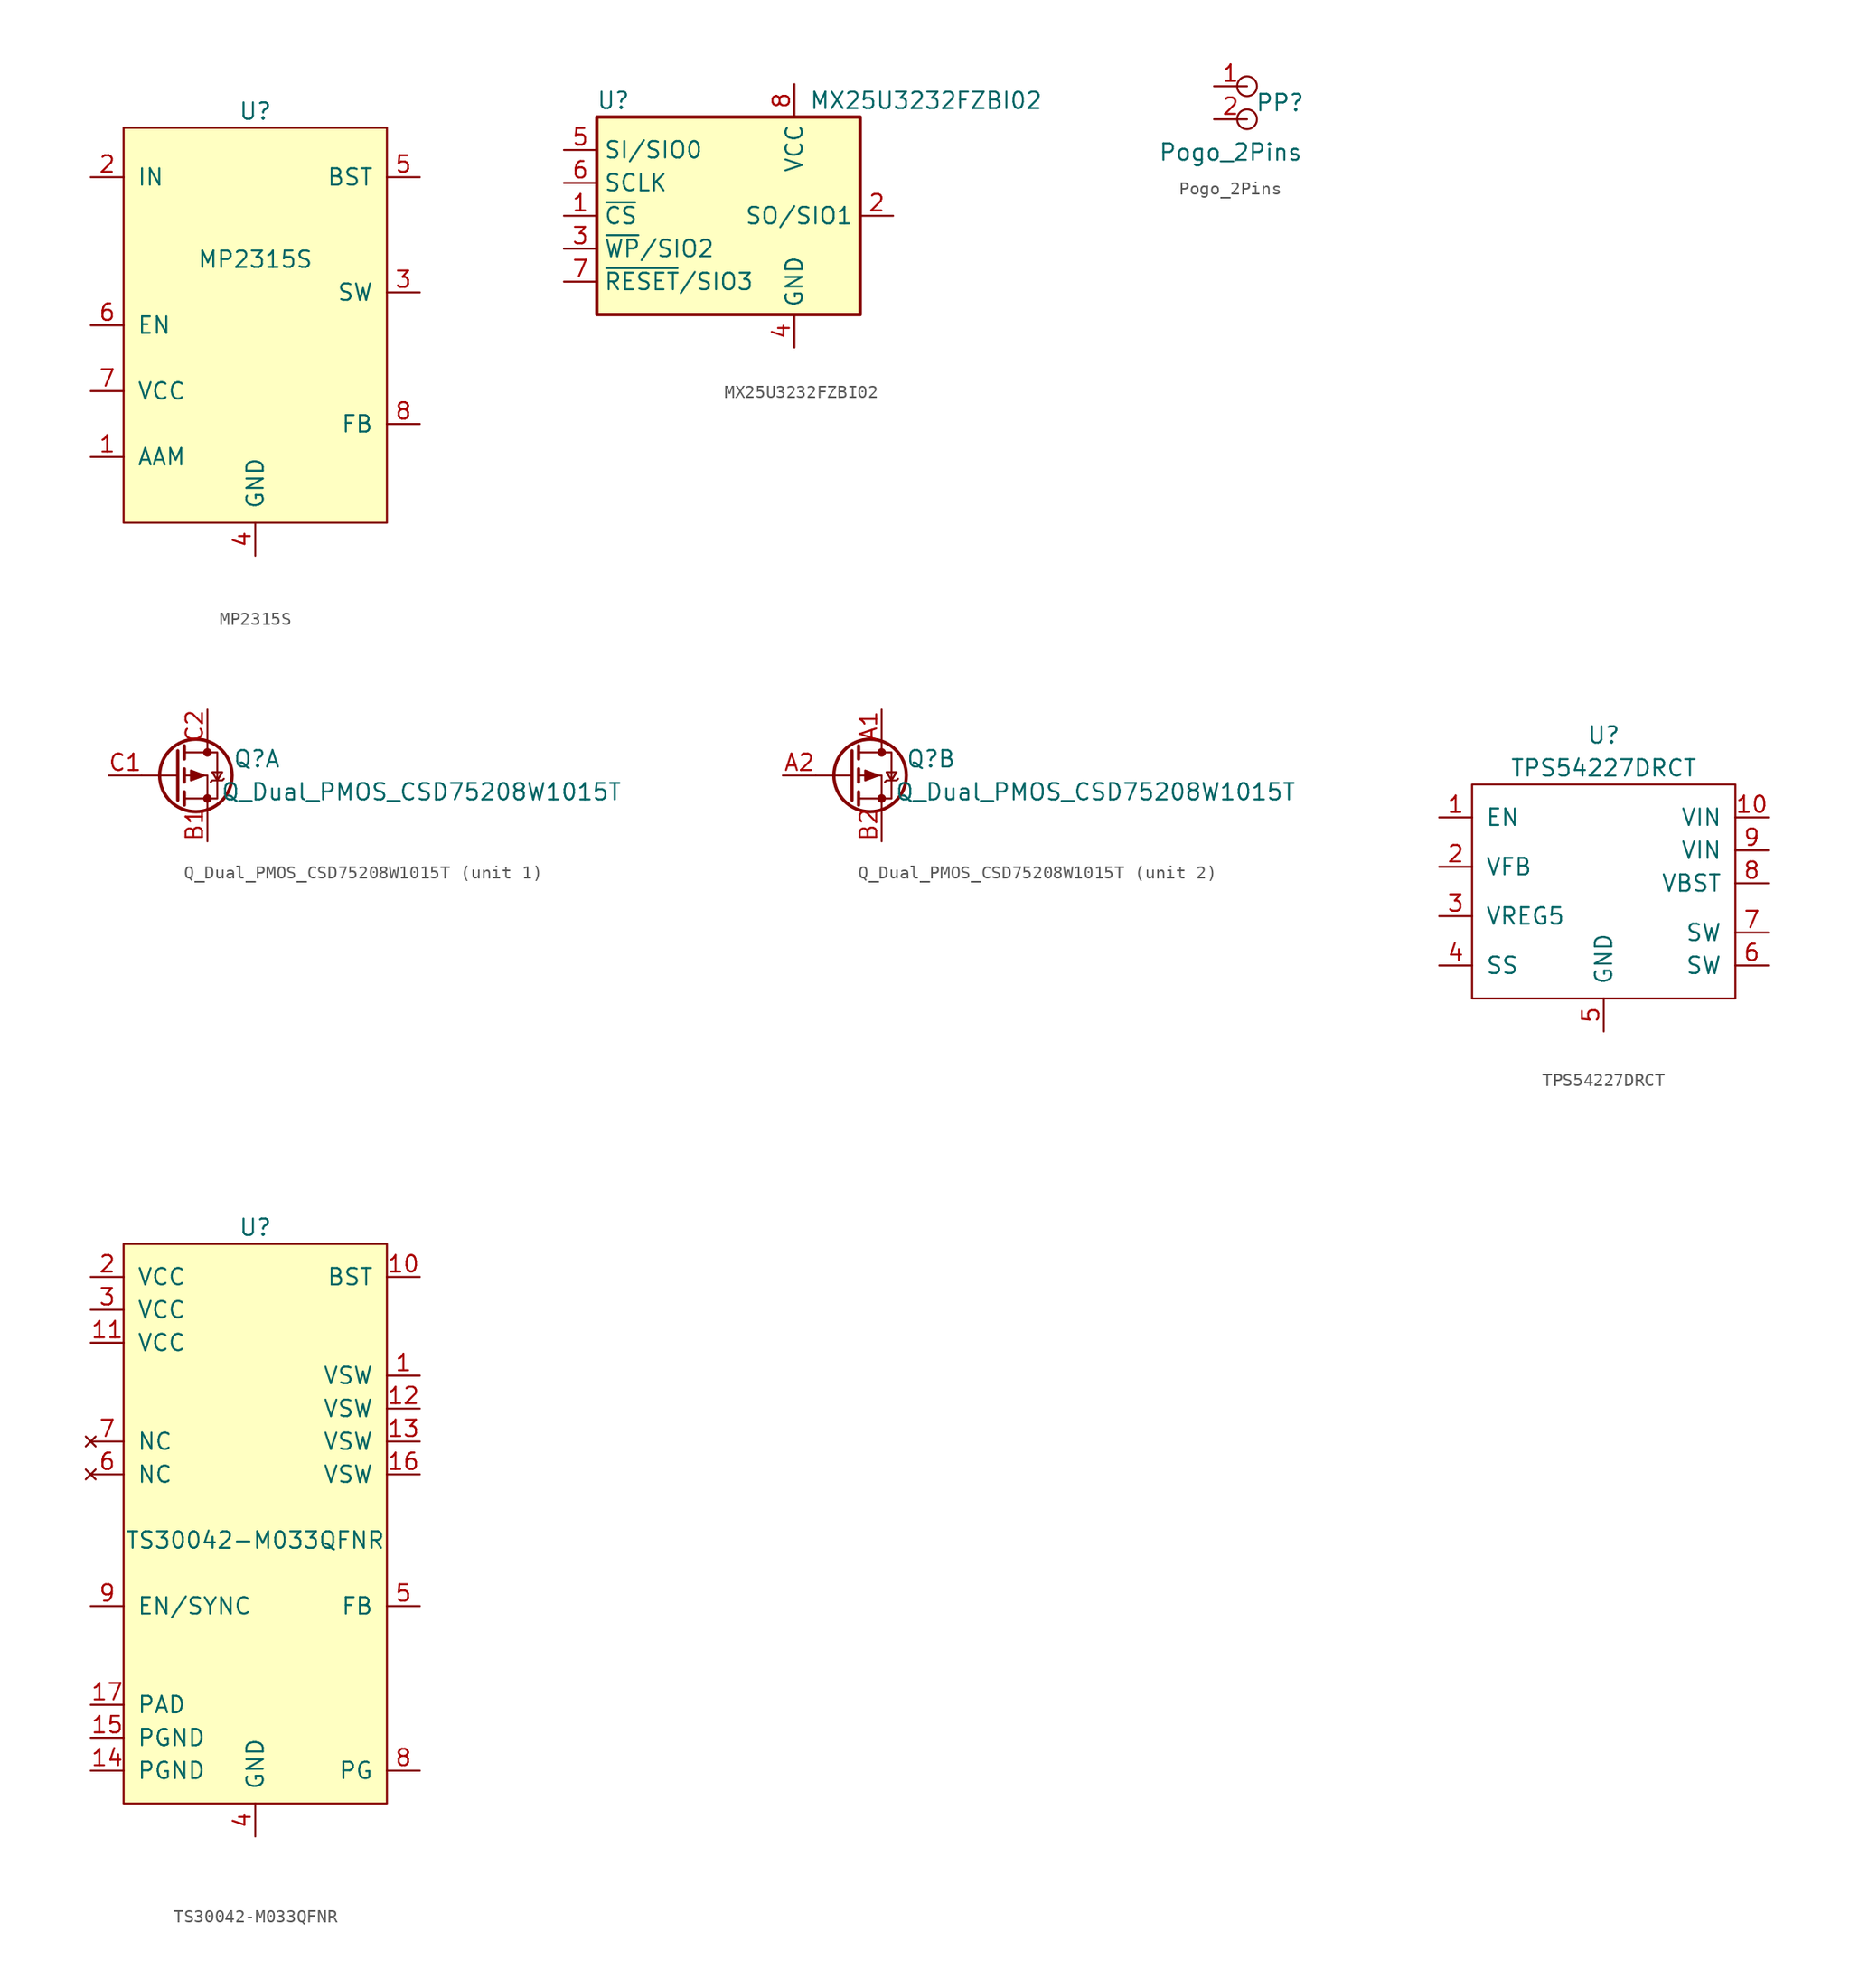
<source format=kicad_sym>
(kicad_symbol_lib
  (version 20211014)
  (generator kicad_symbol_editor)
  (symbol "MP2315S"
    (pin_names
      (offset 1.016))
    (property "Reference" "U"
      (at 0 13.97 0)
      (effects (font (size 1.27 1.27))))
    (property "Value" "MP2315S"
      (at 0 2.54 0)
      (effects (font (size 1.27 1.27))))
    (symbol "MP2315S_0_1"
      (rectangle (start -10.16 12.7) (end 10.16 -17.78) (stroke (width 0) (type default) (color 0 0 0 0)) (fill (type background))))
    (symbol "MP2315S_1_1"
      (pin input line (at -12.7 -12.7 0) (length 2.54) (name "AAM" (effects (font (size 1.27 1.27)))) (number "1" (effects (font (size 1.27 1.27)))))
      (pin power_in line (at -12.7 8.89 0) (length 2.54) (name "IN" (effects (font (size 1.27 1.27)))) (number "2" (effects (font (size 1.27 1.27)))))
      (pin output line (at 12.7 0 180) (length 2.54) (name "SW" (effects (font (size 1.27 1.27)))) (number "3" (effects (font (size 1.27 1.27)))))
      (pin power_in line (at 0 -20.32 90) (length 2.54) (name "GND" (effects (font (size 1.27 1.27)))) (number "4" (effects (font (size 1.27 1.27)))))
      (pin input line (at 12.7 8.89 180) (length 2.54) (name "BST" (effects (font (size 1.27 1.27)))) (number "5" (effects (font (size 1.27 1.27)))))
      (pin input line (at -12.7 -2.54 0) (length 2.54) (name "EN" (effects (font (size 1.27 1.27)))) (number "6" (effects (font (size 1.27 1.27)))))
      (pin power_in line (at -12.7 -7.62 0) (length 2.54) (name "VCC" (effects (font (size 1.27 1.27)))) (number "7" (effects (font (size 1.27 1.27)))))
      (pin input line (at 12.7 -10.16 180) (length 2.54) (name "FB" (effects (font (size 1.27 1.27)))) (number "8" (effects (font (size 1.27 1.27)))))))
  (symbol "MX25U3232FZBI02"
    (property "Reference" "U"
      (at -8.89 8.89 0)
      (effects (font (size 1.27 1.27))))
    (property "Value" "MX25U3232FZBI02"
      (at 15.24 8.89 0)
      (effects (font (size 1.27 1.27))))
    (symbol "MX25U3232FZBI02_1_1"
      (rectangle (start -10.16 7.62) (end 10.16 -7.62) (stroke (width 0.254) (type default) (color 0 0 0 0)) (fill (type background)))
      (pin input line (at -12.7 0 0) (length 2.54) (name "~{CS}" (effects (font (size 1.27 1.27)))) (number "1" (effects (font (size 1.27 1.27)))))
      (pin bidirectional line (at 12.7 0 180) (length 2.54) (name "SO/SIO1" (effects (font (size 1.27 1.27)))) (number "2" (effects (font (size 1.27 1.27)))))
      (pin bidirectional line (at -12.7 -2.54 0) (length 2.54) (name "~{WP}/SIO2" (effects (font (size 1.27 1.27)))) (number "3" (effects (font (size 1.27 1.27)))))
      (pin power_in line (at 5.08 -10.16 90) (length 2.54) (name "GND" (effects (font (size 1.27 1.27)))) (number "4" (effects (font (size 1.27 1.27)))))
      (pin bidirectional line (at -12.7 5.08 0) (length 2.54) (name "SI/SIO0" (effects (font (size 1.27 1.27)))) (number "5" (effects (font (size 1.27 1.27)))))
      (pin input line (at -12.7 2.54 0) (length 2.54) (name "SCLK" (effects (font (size 1.27 1.27)))) (number "6" (effects (font (size 1.27 1.27)))))
      (pin bidirectional line (at -12.7 -5.08 0) (length 2.54) (name "~{RESET}/SIO3" (effects (font (size 1.27 1.27)))) (number "7" (effects (font (size 1.27 1.27)))))
      (pin power_in line (at 5.08 10.16 270) (length 2.54) (name "VCC" (effects (font (size 1.27 1.27)))) (number "8" (effects (font (size 1.27 1.27)))))))
  (symbol "Pogo_2Pins"
    (pin_names
      (offset 0.762) hide)
    (property "Reference" "PP"
      (at 3.81 0 0)
      (effects (font (size 1.27 1.27))))
    (property "Value" "Pogo_2Pins"
      (at 0 -3.81 0)
      (effects (font (size 1.27 1.27))))
    (property "Datasheet" ""
      (at 0 -2.54 0)
      (effects (font (size 1.27 1.27))))
    (symbol "Pogo_2Pins_0_1"
      (circle (center 1.27 -1.27) (radius 0.762) (stroke (width 0) (type default) (color 0 0 0 0)) (fill (type none)))
      (circle (center 1.27 1.27) (radius 0.762) (stroke (width 0) (type default) (color 0 0 0 0)) (fill (type none)))
      (pin passive line (at -1.27 1.27 0) (length 2.54) (name "1" (effects (font (size 1.27 1.27)))) (number "1" (effects (font (size 1.27 1.27)))))
      (pin passive line (at -1.27 -1.27 0) (length 2.54) (name "2" (effects (font (size 1.27 1.27)))) (number "2" (effects (font (size 1.27 1.27)))))))
  (symbol "Q_Dual_PMOS_CSD75208W1015T"
    (pin_names
      (offset 0) hide)
    (property "Reference" "Q"
      (at 6.35 1.27 0)
      (effects (font (size 1.27 1.27))))
    (property "Value" "Q_Dual_PMOS_CSD75208W1015T"
      (at 19.05 -1.27 0)
      (effects (font (size 1.27 1.27))))
    (symbol "Q_Dual_PMOS_CSD75208W1015T_0_1"
      (polyline (pts (xy 0.254 0) (xy -2.54 0)) (stroke (width 0) (type default) (color 0 0 0 0)) (fill (type none)))
      (polyline (pts (xy 0.254 1.905) (xy 0.254 -1.905)) (stroke (width 0.254) (type default) (color 0 0 0 0)) (fill (type none)))
      (polyline (pts (xy 0.762 -1.27) (xy 0.762 -2.286)) (stroke (width 0.254) (type default) (color 0 0 0 0)) (fill (type none)))
      (polyline (pts (xy 0.762 0.508) (xy 0.762 -0.508)) (stroke (width 0.254) (type default) (color 0 0 0 0)) (fill (type none)))
      (polyline (pts (xy 0.762 2.286) (xy 0.762 1.27)) (stroke (width 0.254) (type default) (color 0 0 0 0)) (fill (type none)))
      (polyline (pts (xy 2.54 2.54) (xy 2.54 1.778)) (stroke (width 0) (type default) (color 0 0 0 0)) (fill (type none)))
      (polyline (pts (xy 2.54 -2.54) (xy 2.54 0) (xy 0.762 0)) (stroke (width 0) (type default) (color 0 0 0 0)) (fill (type none)))
      (polyline (pts (xy 0.762 1.778) (xy 3.302 1.778) (xy 3.302 -1.778) (xy 0.762 -1.778)) (stroke (width 0) (type default) (color 0 0 0 0)) (fill (type none)))
      (polyline (pts (xy 2.286 0) (xy 1.27 0.381) (xy 1.27 -0.381) (xy 2.286 0)) (stroke (width 0) (type default) (color 0 0 0 0)) (fill (type outline)))
      (polyline (pts (xy 2.794 -0.508) (xy 2.921 -0.381) (xy 3.683 -0.381) (xy 3.81 -0.254)) (stroke (width 0) (type default) (color 0 0 0 0)) (fill (type none)))
      (polyline (pts (xy 3.302 -0.381) (xy 2.921 0.254) (xy 3.683 0.254) (xy 3.302 -0.381)) (stroke (width 0) (type default) (color 0 0 0 0)) (fill (type none)))
      (circle (center 1.651 0) (radius 2.794) (stroke (width 0.254) (type default) (color 0 0 0 0)) (fill (type none)))
      (circle (center 2.54 -1.778) (radius 0.254) (stroke (width 0) (type default) (color 0 0 0 0)) (fill (type outline)))
      (circle (center 2.54 1.778) (radius 0.254) (stroke (width 0) (type default) (color 0 0 0 0)) (fill (type outline))))
    (symbol "Q_Dual_PMOS_CSD75208W1015T_1_1"
      (pin passive line (at 2.54 -5.08 90) (length 2.54) (name "S" (effects (font (size 1.27 1.27)))) (number "B1" (effects (font (size 1.27 1.27)))))
      (pin input line (at -5.08 0 0) (length 2.54) (name "G" (effects (font (size 1.27 1.27)))) (number "C1" (effects (font (size 1.27 1.27)))))
      (pin passive line (at 2.54 5.08 270) (length 2.54) (name "D" (effects (font (size 1.27 1.27)))) (number "C2" (effects (font (size 1.27 1.27))))))
    (symbol "Q_Dual_PMOS_CSD75208W1015T_2_1"
      (pin passive line (at 2.54 5.08 270) (length 2.54) (name "D" (effects (font (size 1.27 1.27)))) (number "A1" (effects (font (size 1.27 1.27)))))
      (pin input line (at -5.08 0 0) (length 2.54) (name "G" (effects (font (size 1.27 1.27)))) (number "A2" (effects (font (size 1.27 1.27)))))
      (pin passive line (at 2.54 -5.08 90) (length 2.54) (name "S" (effects (font (size 1.27 1.27)))) (number "B2" (effects (font (size 1.27 1.27)))))))
  (symbol "TPS54227DRCT"
    (pin_names
      (offset 1.016))
    (property "Reference" "U"
      (at 0 11.43 0)
      (effects (font (size 1.27 1.27))))
    (property "Value" "TPS54227DRCT"
      (at 0 8.89 0)
      (effects (font (size 1.27 1.27))))
    (symbol "TPS54227DRCT_0_0"
      (pin power_in line (at 12.7 5.08 180) (length 2.54) (name "VIN" (effects (font (size 1.27 1.27)))) (number "10" (effects (font (size 1.27 1.27))))))
    (symbol "TPS54227DRCT_0_1"
      (rectangle (start -10.16 -8.89) (end 10.16 7.62) (stroke (width 0) (type default) (color 0 0 0 0)) (fill (type none))))
    (symbol "TPS54227DRCT_1_1"
      (pin input line (at -12.7 5.08 0) (length 2.54) (name "EN" (effects (font (size 1.27 1.27)))) (number "1" (effects (font (size 1.27 1.27)))))
      (pin input line (at -12.7 1.27 0) (length 2.54) (name "VFB" (effects (font (size 1.27 1.27)))) (number "2" (effects (font (size 1.27 1.27)))))
      (pin output line (at -12.7 -2.54 0) (length 2.54) (name "VREG5" (effects (font (size 1.27 1.27)))) (number "3" (effects (font (size 1.27 1.27)))))
      (pin output line (at -12.7 -6.35 0) (length 2.54) (name "SS" (effects (font (size 1.27 1.27)))) (number "4" (effects (font (size 1.27 1.27)))))
      (pin power_in line (at 0 -11.43 90) (length 2.54) (name "GND" (effects (font (size 1.27 1.27)))) (number "5" (effects (font (size 1.27 1.27)))))
      (pin output line (at 12.7 -6.35 180) (length 2.54) (name "SW" (effects (font (size 1.27 1.27)))) (number "6" (effects (font (size 1.27 1.27)))))
      (pin output line (at 12.7 -3.81 180) (length 2.54) (name "SW" (effects (font (size 1.27 1.27)))) (number "7" (effects (font (size 1.27 1.27)))))
      (pin input line (at 12.7 0 180) (length 2.54) (name "VBST" (effects (font (size 1.27 1.27)))) (number "8" (effects (font (size 1.27 1.27)))))
      (pin power_in line (at 12.7 2.54 180) (length 2.54) (name "VIN" (effects (font (size 1.27 1.27)))) (number "9" (effects (font (size 1.27 1.27)))))))
  (symbol "TS30042-M033QFNR"
    (pin_names
      (offset 1.016))
    (property "Reference" "U"
      (at 0 22.86 0)
      (effects (font (size 1.27 1.27))))
    (property "Value" "TS30042-M033QFNR"
      (at 0 -1.27 0)
      (effects (font (size 1.27 1.27))))
    (symbol "TS30042-M033QFNR_0_1"
      (rectangle (start -10.16 21.59) (end 10.16 -21.59) (stroke (width 0) (type default) (color 0 0 0 0)) (fill (type background))))
    (symbol "TS30042-M033QFNR_1_1"
      (pin passive line (at 12.7 11.43 180) (length 2.54) (name "VSW" (effects (font (size 1.27 1.27)))) (number "1" (effects (font (size 1.27 1.27)))))
      (pin passive line (at 12.7 19.05 180) (length 2.54) (name "BST" (effects (font (size 1.27 1.27)))) (number "10" (effects (font (size 1.27 1.27)))))
      (pin power_in line (at -12.7 13.97 0) (length 2.54) (name "VCC" (effects (font (size 1.27 1.27)))) (number "11" (effects (font (size 1.27 1.27)))))
      (pin passive line (at 12.7 8.89 180) (length 2.54) (name "VSW" (effects (font (size 1.27 1.27)))) (number "12" (effects (font (size 1.27 1.27)))))
      (pin passive line (at 12.7 6.35 180) (length 2.54) (name "VSW" (effects (font (size 1.27 1.27)))) (number "13" (effects (font (size 1.27 1.27)))))
      (pin power_in line (at -12.7 -19.05 0) (length 2.54) (name "PGND" (effects (font (size 1.27 1.27)))) (number "14" (effects (font (size 1.27 1.27)))))
      (pin power_in line (at -12.7 -16.51 0) (length 2.54) (name "PGND" (effects (font (size 1.27 1.27)))) (number "15" (effects (font (size 1.27 1.27)))))
      (pin passive line (at 12.7 3.81 180) (length 2.54) (name "VSW" (effects (font (size 1.27 1.27)))) (number "16" (effects (font (size 1.27 1.27)))))
      (pin passive line (at -12.7 -13.97 0) (length 2.54) (name "PAD" (effects (font (size 1.27 1.27)))) (number "17" (effects (font (size 1.27 1.27)))))
      (pin power_in line (at -12.7 19.05 0) (length 2.54) (name "VCC" (effects (font (size 1.27 1.27)))) (number "2" (effects (font (size 1.27 1.27)))))
      (pin power_in line (at -12.7 16.51 0) (length 2.54) (name "VCC" (effects (font (size 1.27 1.27)))) (number "3" (effects (font (size 1.27 1.27)))))
      (pin power_in line (at 0 -24.13 90) (length 2.54) (name "GND" (effects (font (size 1.27 1.27)))) (number "4" (effects (font (size 1.27 1.27)))))
      (pin input line (at 12.7 -6.35 180) (length 2.54) (name "FB" (effects (font (size 1.27 1.27)))) (number "5" (effects (font (size 1.27 1.27)))))
      (pin no_connect line (at -12.7 3.81 0) (length 2.54) (name "NC" (effects (font (size 1.27 1.27)))) (number "6" (effects (font (size 1.27 1.27)))))
      (pin no_connect line (at -12.7 6.35 0) (length 2.54) (name "NC" (effects (font (size 1.27 1.27)))) (number "7" (effects (font (size 1.27 1.27)))))
      (pin output line (at 12.7 -19.05 180) (length 2.54) (name "PG" (effects (font (size 1.27 1.27)))) (number "8" (effects (font (size 1.27 1.27)))))
      (pin input line (at -12.7 -6.35 0) (length 2.54) (name "EN/SYNC" (effects (font (size 1.27 1.27)))) (number "9" (effects (font (size 1.27 1.27))))))))
</source>
